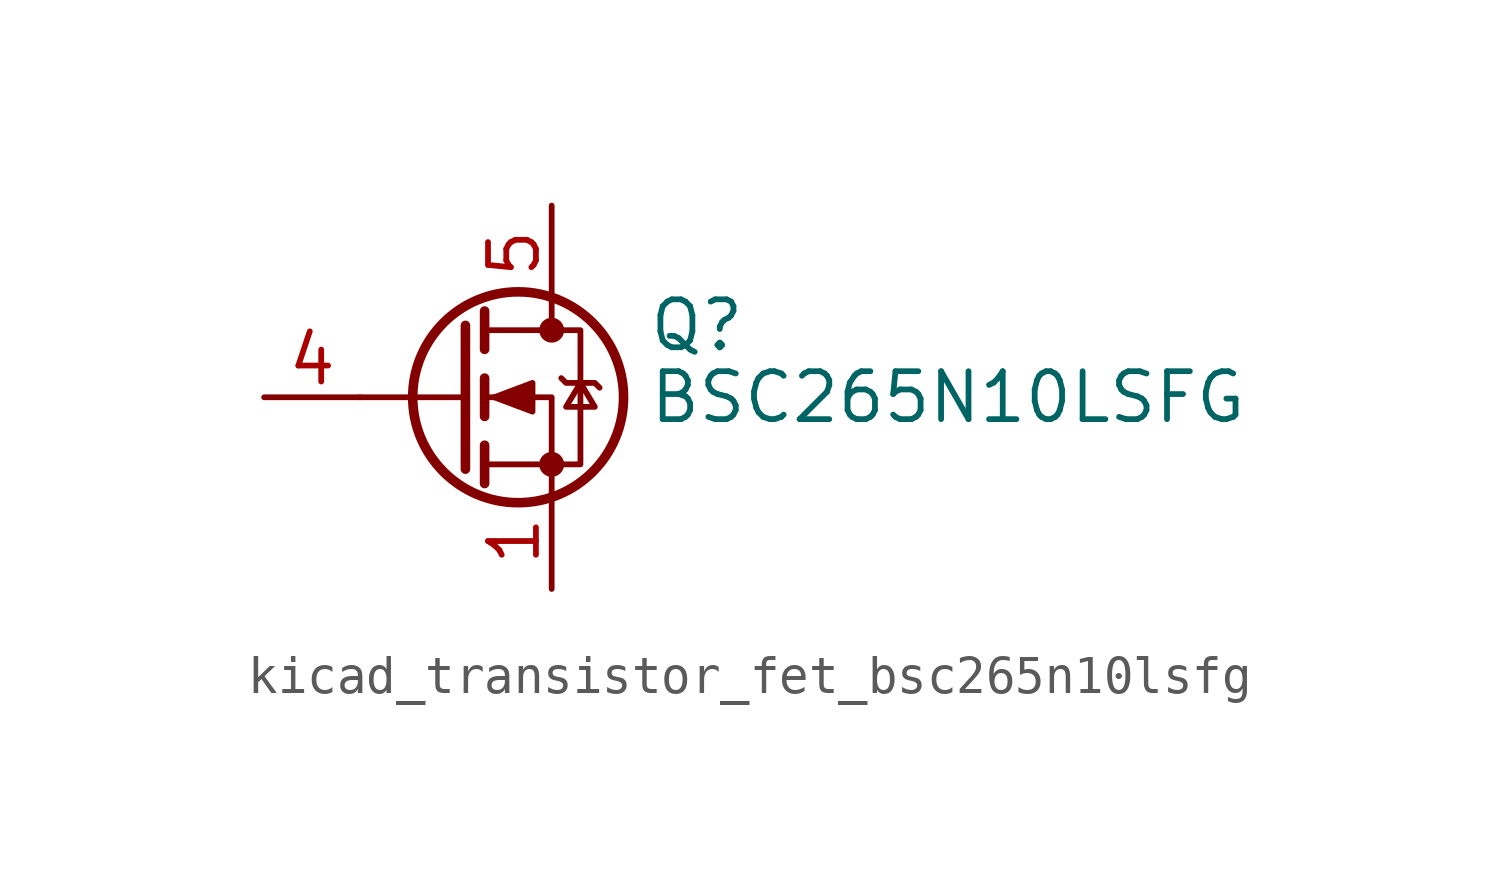
<source format=kicad_sym>
(kicad_symbol_lib
  (version 20220914)
  (generator kicad_symbol_editor)
  (symbol "kicad_transistor_fet_bsc265n10lsfg"
    (pin_names hide)
    (property "Reference" "Q"
      (at 5.08 1.905 0)
      (effects (font (size 1.27 1.27)) (justify left)))
    (property "Value" "BSC265N10LSFG"
      (at 5.08 0 0)
      (effects (font (size 1.27 1.27)) (justify left)))
    (symbol "kicad_transistor_fet_bsc265n10lsfg_0_1"
      (polyline (pts (xy 0.254 0) (xy -2.54 0)) (stroke (width 0) (type default)) (fill (type none)))
      (polyline (pts (xy 0.254 1.905) (xy 0.254 -1.905)) (stroke (width 0.254) (type default)) (fill (type none)))
      (polyline (pts (xy 0.762 -1.27) (xy 0.762 -2.286)) (stroke (width 0.254) (type default)) (fill (type none)))
      (polyline (pts (xy 0.762 0.508) (xy 0.762 -0.508)) (stroke (width 0.254) (type default)) (fill (type none)))
      (polyline (pts (xy 0.762 2.286) (xy 0.762 1.27)) (stroke (width 0.254) (type default)) (fill (type none)))
      (polyline (pts (xy 2.54 2.54) (xy 2.54 1.778)) (stroke (width 0) (type default)) (fill (type none)))
      (polyline (pts (xy 2.54 -2.54) (xy 2.54 0) (xy 0.762 0)) (stroke (width 0) (type default)) (fill (type none)))
      (polyline (pts (xy 0.762 -1.778) (xy 3.302 -1.778) (xy 3.302 1.778) (xy 0.762 1.778)) (stroke (width 0) (type default)) (fill (type none)))
      (polyline (pts (xy 1.016 0) (xy 2.032 0.381) (xy 2.032 -0.381) (xy 1.016 0)) (stroke (width 0) (type default)) (fill (type outline)))
      (polyline (pts (xy 2.794 0.508) (xy 2.921 0.381) (xy 3.683 0.381) (xy 3.81 0.254)) (stroke (width 0) (type default)) (fill (type none)))
      (polyline (pts (xy 3.302 0.381) (xy 2.921 -0.254) (xy 3.683 -0.254) (xy 3.302 0.381)) (stroke (width 0) (type default)) (fill (type none)))
      (circle (center 1.651 0) (radius 2.794) (stroke (width 0.254) (type default)) (fill (type none)))
      (circle (center 2.54 -1.778) (radius 0.254) (stroke (width 0) (type default)) (fill (type outline)))
      (circle (center 2.54 1.778) (radius 0.254) (stroke (width 0) (type default)) (fill (type outline))))
    (symbol "kicad_transistor_fet_bsc265n10lsfg_1_1"
      (pin passive line (at 2.54 -5.08 90) (length 2.54) (name "S" (effects (font (size 1.27 1.27)))) (number "1" (effects (font (size 1.27 1.27)))))
      (pin passive line (at 2.54 -5.08 90) (length 2.54) hide (name "S" (effects (font (size 1.27 1.27)))) (number "2" (effects (font (size 1.27 1.27)))))
      (pin passive line (at 2.54 -5.08 90) (length 2.54) hide (name "S" (effects (font (size 1.27 1.27)))) (number "3" (effects (font (size 1.27 1.27)))))
      (pin passive line (at -5.08 0 0) (length 2.54) (name "G" (effects (font (size 1.27 1.27)))) (number "4" (effects (font (size 1.27 1.27)))))
      (pin passive line (at 2.54 5.08 270) (length 2.54) (name "D" (effects (font (size 1.27 1.27)))) (number "5" (effects (font (size 1.27 1.27))))))))
</source>
